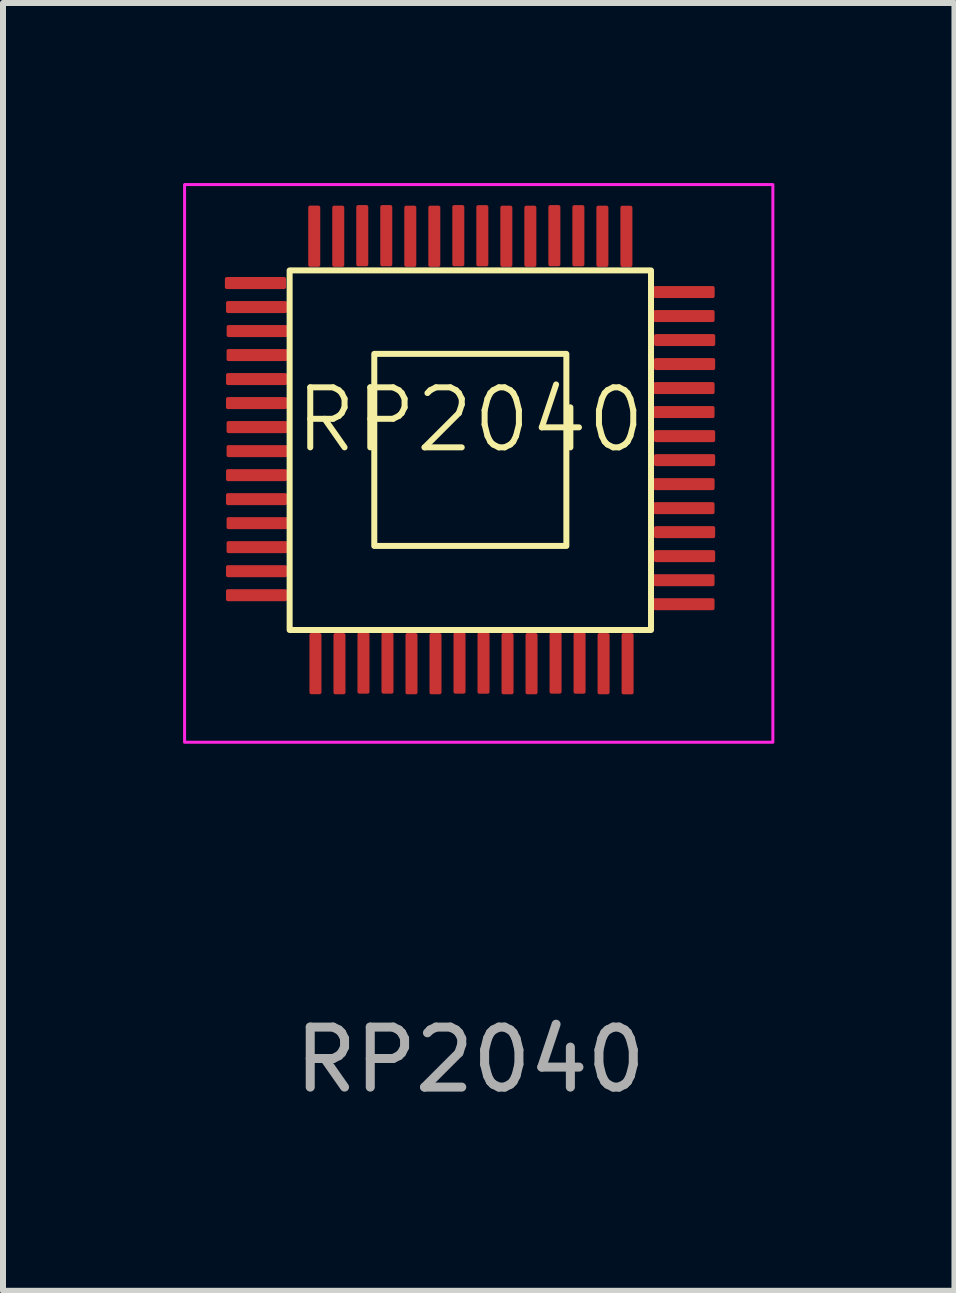
<source format=kicad_pcb>
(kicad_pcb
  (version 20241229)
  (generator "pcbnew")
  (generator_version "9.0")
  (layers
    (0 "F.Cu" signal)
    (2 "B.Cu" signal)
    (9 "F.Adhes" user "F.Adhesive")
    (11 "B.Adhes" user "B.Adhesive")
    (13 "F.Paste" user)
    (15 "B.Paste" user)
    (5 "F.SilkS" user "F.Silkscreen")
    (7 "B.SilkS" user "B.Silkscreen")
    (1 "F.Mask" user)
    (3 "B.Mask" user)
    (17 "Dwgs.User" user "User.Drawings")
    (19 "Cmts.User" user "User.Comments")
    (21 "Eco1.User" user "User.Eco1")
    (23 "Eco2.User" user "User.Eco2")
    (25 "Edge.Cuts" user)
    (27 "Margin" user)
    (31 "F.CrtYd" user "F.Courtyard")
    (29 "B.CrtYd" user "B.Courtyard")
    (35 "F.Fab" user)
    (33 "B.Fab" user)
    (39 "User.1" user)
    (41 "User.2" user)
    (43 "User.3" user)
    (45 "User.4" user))
  (footprint "RP2040"
    (layer "F.Cu")
    (at 4.785 4.445)
    (property "Reference" "RP2040" (at 0 -0.5 0) (unlocked yes) (layer "F.SilkS") (effects (font (size 1 1) (thickness 0.1))))
    (attr smd)
    (fp_rect (start -3.01 -2.99) (end 3.01 3) (stroke (width 0.1) (type default)) (fill no) (layer "F.SilkS"))
    (fp_rect (start -1.6 -1.6) (end 1.6 1.6) (stroke (width 0.1) (type solid)) (fill no) (layer "F.SilkS"))
    (fp_rect (start -4.76 -4.42) (end 5.04 4.87) (stroke (width 0.05) (type default)) (fill no) (layer "F.CrtYd"))
    (fp_text user "${REFERENCE}" (at 0 10.16 0) (unlocked yes) (layer "F.Fab") (effects (font (size 1 1) (thickness 0.15))))
    (pad "ADC_AVDD" smd roundrect (at 2.6 -3.558 90) (size 1.019 0.2) (layers "F.Cu" "F.Mask" "F.Paste") (roundrect_rratio 0.15))
    (pad "DVDD" smd roundrect (at -0.2 -3.569 90) (size 1.019 0.2) (layers "F.Cu" "F.Mask" "F.Paste") (roundrect_rratio 0.15))
    (pad "DVDD" smd roundrect (at 0.62 3.561 90) (size 1.019 0.2) (layers "F.Cu" "F.Mask" "F.Paste") (roundrect_rratio 0.15))
    (pad "GPIO0" smd roundrect (at -3.56 -2.38) (size 1.019 0.2) (layers "F.Cu" "F.Mask" "F.Paste") (roundrect_rratio 0.15))
    (pad "GPIO1" smd roundrect (at -3.55 -1.98) (size 1.019 0.2) (layers "F.Cu" "F.Mask" "F.Paste") (roundrect_rratio 0.15))
    (pad "GPIO2" smd roundrect (at -3.551 -1.58) (size 1.019 0.2) (layers "F.Cu" "F.Mask" "F.Paste") (roundrect_rratio 0.15))
    (pad "GPIO3" smd roundrect (at -3.56 -1.18) (size 1.019 0.2) (layers "F.Cu" "F.Mask" "F.Paste") (roundrect_rratio 0.15))
    (pad "GPIO04" smd roundrect (at -3.561 -0.78) (size 1.019 0.2) (layers "F.Cu" "F.Mask" "F.Paste") (roundrect_rratio 0.15))
    (pad "GPIO5" smd roundrect (at -3.551 -0.38) (size 1.019 0.2) (layers "F.Cu" "F.Mask" "F.Paste") (roundrect_rratio 0.15))
    (pad "GPIO6" smd roundrect (at -3.551 0.02) (size 1.019 0.2) (layers "F.Cu" "F.Mask" "F.Paste") (roundrect_rratio 0.15))
    (pad "GPIO7" smd roundrect (at -3.56 0.42) (size 1.019 0.2) (layers "F.Cu" "F.Mask" "F.Paste") (roundrect_rratio 0.15))
    (pad "GPIO8" smd roundrect (at -3.551 1.22) (size 1.019 0.2) (layers "F.Cu" "F.Mask" "F.Paste") (roundrect_rratio 0.15))
    (pad "GPIO9" smd roundrect (at -3.551 1.62) (size 1.019 0.2) (layers "F.Cu" "F.Mask" "F.Paste") (roundrect_rratio 0.15))
    (pad "GPIO10" smd roundrect (at -3.561 2.02) (size 1.019 0.2) (layers "F.Cu" "F.Mask" "F.Paste") (roundrect_rratio 0.15))
    (pad "GPIO11" smd roundrect (at -3.561 2.42) (size 1.019 0.2) (layers "F.Cu" "F.Mask" "F.Paste") (roundrect_rratio 0.15))
    (pad "GPIO12" smd roundrect (at -2.58 3.56 90) (size 1.019 0.2) (layers "F.Cu" "F.Mask" "F.Paste") (roundrect_rratio 0.15))
    (pad "GPIO13" smd roundrect (at -2.18 3.561 90) (size 1.019 0.2) (layers "F.Cu" "F.Mask" "F.Paste") (roundrect_rratio 0.15))
    (pad "GPIO14" smd roundrect (at -1.78 3.551 90) (size 1.019 0.2) (layers "F.Cu" "F.Mask" "F.Paste") (roundrect_rratio 0.15))
    (pad "GPIO15" smd roundrect (at -1.38 3.551 90) (size 1.019 0.2) (layers "F.Cu" "F.Mask" "F.Paste") (roundrect_rratio 0.15))
    (pad "GPIO16" smd roundrect (at 2.22 3.561 90) (size 1.019 0.2) (layers "F.Cu" "F.Mask" "F.Paste") (roundrect_rratio 0.15))
    (pad "GPIO17" smd roundrect (at 2.62 3.562 90) (size 1.019 0.2) (layers "F.Cu" "F.Mask" "F.Paste") (roundrect_rratio 0.15))
    (pad "GPIO18" smd roundrect (at 3.559 2.57) (size 1.019 0.2) (layers "F.Cu" "F.Mask" "F.Paste") (roundrect_rratio 0.15))
    (pad "GPIO19" smd roundrect (at 3.559 2.17) (size 1.019 0.2) (layers "F.Cu" "F.Mask" "F.Paste") (roundrect_rratio 0.15))
    (pad "GPIO20" smd roundrect (at 3.569 1.77) (size 1.019 0.2) (layers "F.Cu" "F.Mask" "F.Paste") (roundrect_rratio 0.15))
    (pad "GPIO21" smd roundrect (at 3.569 1.37) (size 1.019 0.2) (layers "F.Cu" "F.Mask" "F.Paste") (roundrect_rratio 0.15))
    (pad "GPIO22" smd roundrect (at 3.56 0.57) (size 1.019 0.2) (layers "F.Cu" "F.Mask" "F.Paste") (roundrect_rratio 0.15))
    (pad "GPIO23" smd roundrect (at 3.569 0.17) (size 1.019 0.2) (layers "F.Cu" "F.Mask" "F.Paste") (roundrect_rratio 0.15))
    (pad "GPIO24" smd roundrect (at 3.569 -0.23) (size 1.019 0.2) (layers "F.Cu" "F.Mask" "F.Paste") (roundrect_rratio 0.15))
    (pad "GPIO25" smd roundrect (at 3.559 -0.63) (size 1.019 0.2) (layers "F.Cu" "F.Mask" "F.Paste") (roundrect_rratio 0.15))
    (pad "GPIO26/ADC0" smd roundrect (at 3.56 -1.03) (size 1.019 0.2) (layers "F.Cu" "F.Mask" "F.Paste") (roundrect_rratio 0.15))
    (pad "GPIO27/ADC1" smd roundrect (at 3.569 -1.43) (size 1.019 0.2) (layers "F.Cu" "F.Mask" "F.Paste") (roundrect_rratio 0.15))
    (pad "GPIO28/ADC2" smd roundrect (at 3.57 -1.83) (size 1.019 0.2) (layers "F.Cu" "F.Mask" "F.Paste") (roundrect_rratio 0.15))
    (pad "GPIO29/ADC3" smd roundrect (at 3.56 -2.23) (size 1.019 0.2) (layers "F.Cu" "F.Mask" "F.Paste") (roundrect_rratio 0.15))
    (pad "GPIO30/ADC4" smd roundrect (at 3.561 -2.63) (size 1.019 0.2) (layers "F.Cu" "F.Mask" "F.Paste") (roundrect_rratio 0.15))
    (pad "IOVDD" smd roundrect (at -3.579 -2.78) (size 1.019 0.2) (layers "F.Cu" "F.Mask" "F.Paste") (roundrect_rratio 0.15))
    (pad "IOVDD" smd roundrect (at -3.561 0.82) (size 1.019 0.2) (layers "F.Cu" "F.Mask" "F.Paste") (roundrect_rratio 0.15))
    (pad "IOVDD" smd roundrect (at 0.2 -3.568 90) (size 1.019 0.2) (layers "F.Cu" "F.Mask" "F.Paste") (roundrect_rratio 0.15))
    (pad "IOVDD" smd roundrect (at 0.22 3.552 90) (size 1.019 0.2) (layers "F.Cu" "F.Mask" "F.Paste") (roundrect_rratio 0.15))
    (pad "IOVDD" smd roundrect (at 3.559 0.97) (size 1.019 0.2) (layers "F.Cu" "F.Mask" "F.Paste") (roundrect_rratio 0.15))
    (pad "QSPI_SCLK" smd roundrect (at -1 -3.559 90) (size 1.019 0.2) (layers "F.Cu" "F.Mask" "F.Paste") (roundrect_rratio 0.15))
    (pad "QSPI_SD0" smd roundrect (at -1.4 -3.569 90) (size 1.019 0.2) (layers "F.Cu" "F.Mask" "F.Paste") (roundrect_rratio 0.15))
    (pad "QSPI_SD1" smd roundrect (at -2.2 -3.559 90) (size 1.019 0.2) (layers "F.Cu" "F.Mask" "F.Paste") (roundrect_rratio 0.15))
    (pad "QSPI_SD2" smd roundrect (at -1.8 -3.569 90) (size 1.019 0.2) (layers "F.Cu" "F.Mask" "F.Paste") (roundrect_rratio 0.15))
    (pad "QSPI_SD3" smd roundrect (at -0.6 -3.559 90) (size 1.019 0.2) (layers "F.Cu" "F.Mask" "F.Paste") (roundrect_rratio 0.15))
    (pad "QSPI_SS_N" smd roundrect (at -2.6 -3.56 90) (size 1.019 0.2) (layers "F.Cu" "F.Mask" "F.Paste") (roundrect_rratio 0.15))
    (pad "RUN" smd roundrect (at 1.82 3.552 90) (size 1.019 0.2) (layers "F.Cu" "F.Mask" "F.Paste") (roundrect_rratio 0.15))
    (pad "SWCLK" smd roundrect (at 1.02 3.561 90) (size 1.019 0.2) (layers "F.Cu" "F.Mask" "F.Paste") (roundrect_rratio 0.15))
    (pad "SWDIO" smd roundrect (at 1.42 3.551 90) (size 1.019 0.2) (layers "F.Cu" "F.Mask" "F.Paste") (roundrect_rratio 0.15))
    (pad "TESTEN" smd roundrect (at -0.98 3.561 90) (size 1.019 0.2) (layers "F.Cu" "F.Mask" "F.Paste") (roundrect_rratio 0.15))
    (pad "USB_DM" smd roundrect (at 1.4 -3.569 90) (size 1.019 0.2) (layers "F.Cu" "F.Mask" "F.Paste") (roundrect_rratio 0.15))
    (pad "USB_DP" smd roundrect (at 1 -3.559 90) (size 1.019 0.2) (layers "F.Cu" "F.Mask" "F.Paste") (roundrect_rratio 0.15))
    (pad "USB_VDD" smd roundrect (at 0.6 -3.559 90) (size 1.019 0.2) (layers "F.Cu" "F.Mask" "F.Paste") (roundrect_rratio 0.15))
    (pad "VREG/VIN" smd roundrect (at 2.2 -3.559 90) (size 1.019 0.2) (layers "F.Cu" "F.Mask" "F.Paste") (roundrect_rratio 0.15))
    (pad "VREG/VOUT" smd roundrect (at 1.8 -3.568 90) (size 1.019 0.2) (layers "F.Cu" "F.Mask" "F.Paste") (roundrect_rratio 0.15))
    (pad "XIN" smd roundrect (at -0.58 3.561 90) (size 1.019 0.2) (layers "F.Cu" "F.Mask" "F.Paste") (roundrect_rratio 0.15))
    (pad "XOUT" smd roundrect (at -0.18 3.551 90) (size 1.019 0.2) (layers "F.Cu" "F.Mask" "F.Paste") (roundrect_rratio 0.15)))
  (gr_rect
    (start -3 -3)
    (end 12.85 18.453)
    (stroke (width 0.1) (type default))
    (fill no)
    (layer "Edge.Cuts")))
</source>
